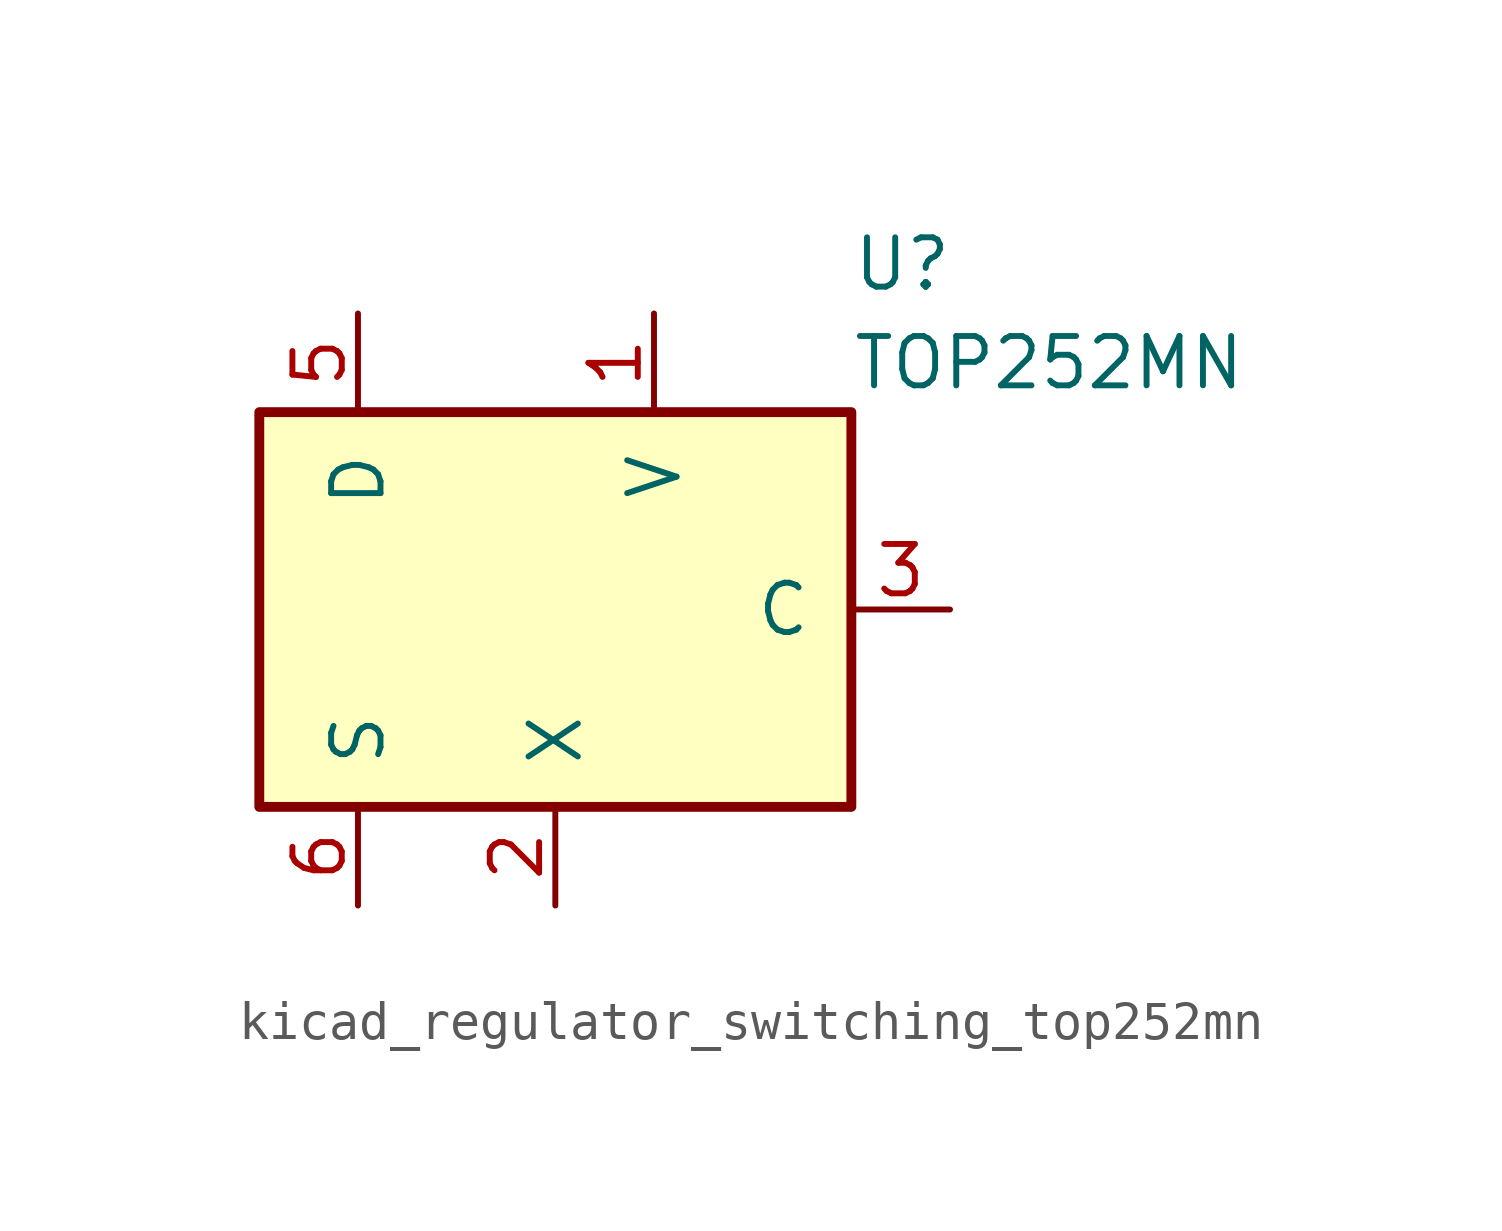
<source format=kicad_sym>
(kicad_symbol_lib
  (version 20220914)
  (generator kicad_symbol_editor)
  (symbol "kicad_regulator_switching_top252mn"
    (pin_names
      (offset 1.016))
    (property "Reference" "U"
      (at 7.62 8.89 0)
      (effects (font (size 1.27 1.27)) (justify left)))
    (property "Value" "TOP252MN"
      (at 7.62 6.35 0)
      (effects (font (size 1.27 1.27)) (justify left)))
    (symbol "kicad_regulator_switching_top252mn_0_1"
      (rectangle (start -7.62 5.08) (end 7.62 -5.08) (stroke (width 0.254) (type default)) (fill (type background))))
    (symbol "kicad_regulator_switching_top252mn_1_1"
      (pin input line (at 2.54 7.62 270) (length 2.54) (name "V" (effects (font (size 1.27 1.27)))) (number "1" (effects (font (size 1.27 1.27)))))
      (pin passive line (at -5.08 -7.62 90) (length 2.54) hide (name "S" (effects (font (size 1.27 1.27)))) (number "10" (effects (font (size 1.27 1.27)))))
      (pin input line (at 0 -7.62 90) (length 2.54) (name "X" (effects (font (size 1.27 1.27)))) (number "2" (effects (font (size 1.27 1.27)))))
      (pin input line (at 10.16 0 180) (length 2.54) (name "C" (effects (font (size 1.27 1.27)))) (number "3" (effects (font (size 1.27 1.27)))))
      (pin open_collector line (at -5.08 7.62 270) (length 2.54) (name "D" (effects (font (size 1.27 1.27)))) (number "5" (effects (font (size 1.27 1.27)))))
      (pin power_in line (at -5.08 -7.62 90) (length 2.54) (name "S" (effects (font (size 1.27 1.27)))) (number "6" (effects (font (size 1.27 1.27)))))
      (pin passive line (at -5.08 -7.62 90) (length 2.54) hide (name "S" (effects (font (size 1.27 1.27)))) (number "7" (effects (font (size 1.27 1.27)))))
      (pin passive line (at -5.08 -7.62 90) (length 2.54) hide (name "S" (effects (font (size 1.27 1.27)))) (number "8" (effects (font (size 1.27 1.27)))))
      (pin passive line (at -5.08 -7.62 90) (length 2.54) hide (name "S" (effects (font (size 1.27 1.27)))) (number "9" (effects (font (size 1.27 1.27))))))))
</source>
